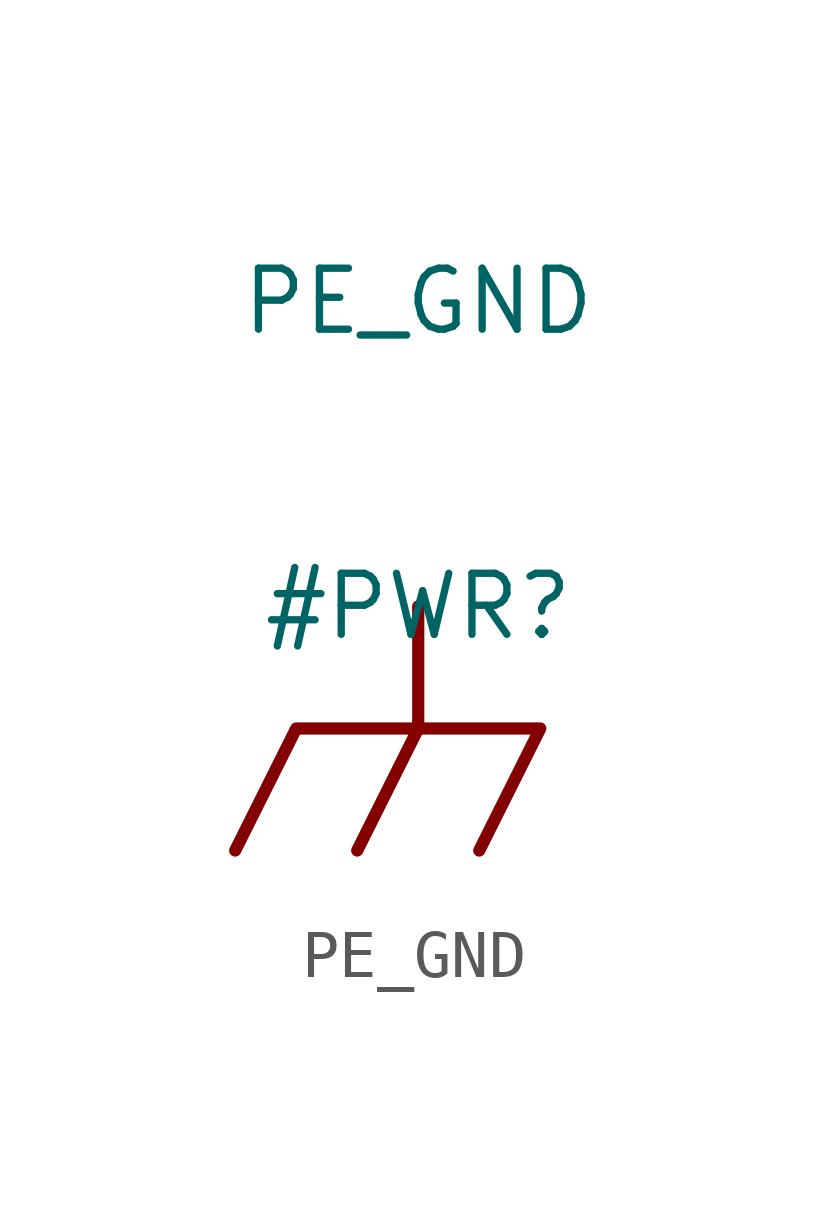
<source format=kicad_sym>
(kicad_symbol_lib
  (version 20220914)
  (generator kicad_symbol_editor)
  (symbol "PE_GND"
    (power)
    (property "Reference" "#PWR"
      (at 0 0 0)
      (effects (font (size 1.27 1.27))))
    (property "Value" "PE_GND"
      (at 0 6.35 0)
      (effects (font (size 1.27 1.27))))
    (symbol "PE_GND_0_0"
      (polyline (pts (xy 0 -2.54) (xy -1.27 -5.08)) (stroke (width 0.254) (type solid)) (fill (type none)))
      (polyline (pts (xy 0 0) (xy 0 -2.54)) (stroke (width 0.254) (type solid)) (fill (type none)))
      (polyline (pts (xy -3.81 -5.08) (xy -2.54 -2.54) (xy 2.54 -2.54) (xy 1.27 -5.08)) (stroke (width 0.254) (type solid)) (fill (type none)))
      (pin power_in line (at 0 0 0) (length 0) hide (name "PE_GND" (effects (font (size 1.27 1.27)))) (number "" (effects (font (size 1.27 1.27))))))))
</source>
